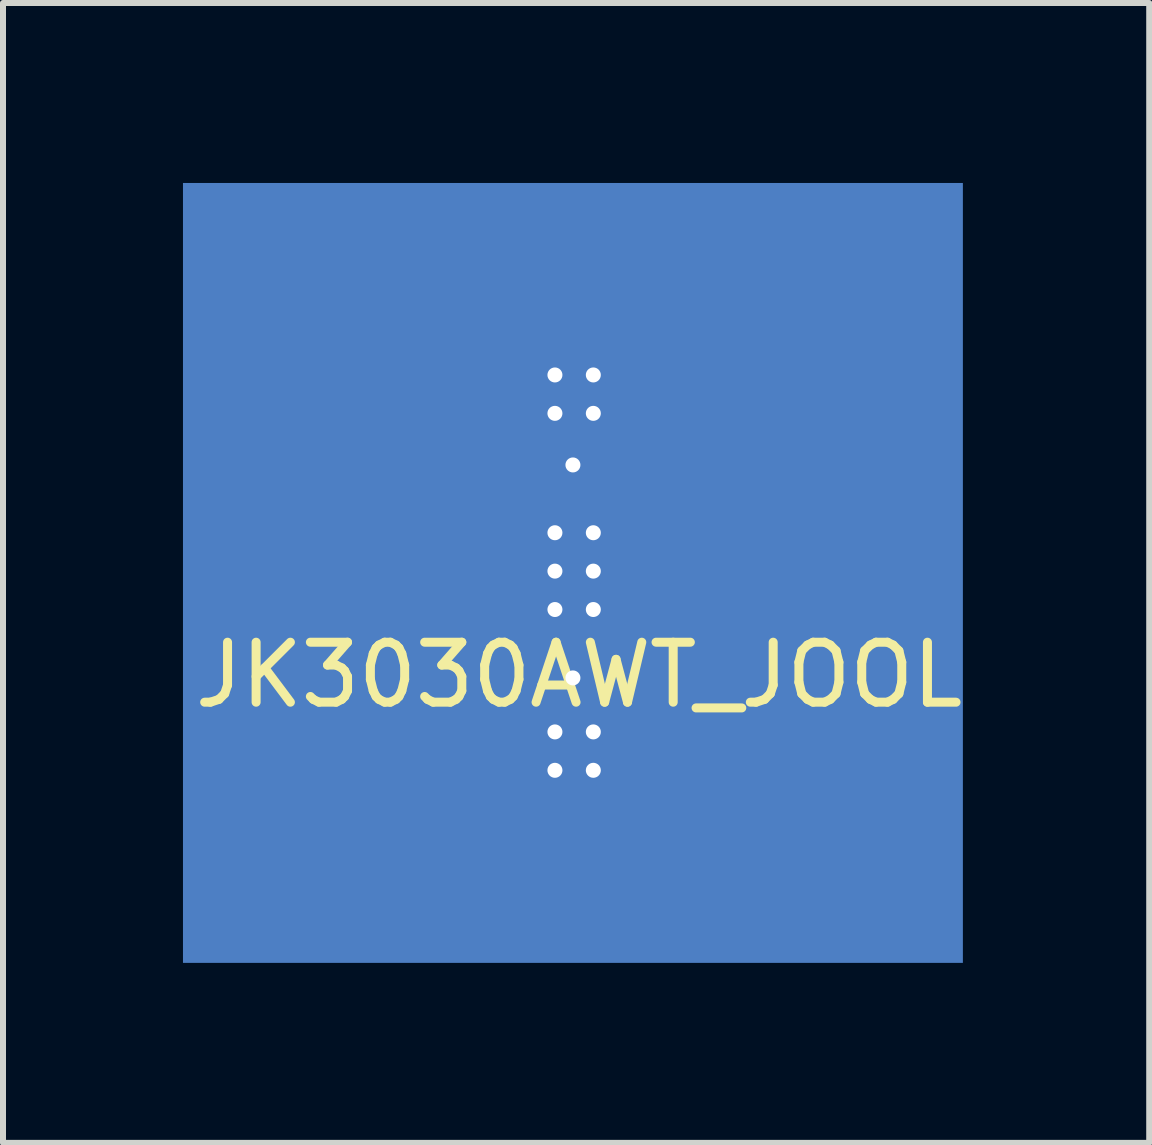
<source format=kicad_pcb>
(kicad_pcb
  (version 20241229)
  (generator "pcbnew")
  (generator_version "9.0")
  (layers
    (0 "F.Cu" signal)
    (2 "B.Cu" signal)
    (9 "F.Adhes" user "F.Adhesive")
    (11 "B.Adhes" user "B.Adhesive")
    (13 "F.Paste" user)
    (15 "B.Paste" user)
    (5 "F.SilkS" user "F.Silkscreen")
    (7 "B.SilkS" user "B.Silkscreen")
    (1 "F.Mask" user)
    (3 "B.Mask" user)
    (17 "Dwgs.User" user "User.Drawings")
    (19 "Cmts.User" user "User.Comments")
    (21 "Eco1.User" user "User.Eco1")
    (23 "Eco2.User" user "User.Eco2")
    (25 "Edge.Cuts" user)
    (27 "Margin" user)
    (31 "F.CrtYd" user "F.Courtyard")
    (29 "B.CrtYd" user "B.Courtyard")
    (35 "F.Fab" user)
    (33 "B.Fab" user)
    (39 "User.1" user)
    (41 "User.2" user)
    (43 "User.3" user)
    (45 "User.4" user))
  (footprint "JK3030AWT_JOOL"
    (layer "F.Cu")
    (at 6.5 6.5)
    (property "Reference" "JK3030AWT_JOOL" (at 0.1 1.7 0) (layer "F.SilkS") (effects (font (size 1 1) (thickness 0.15))))
    (attr through_hole)
    (pad "1" smd rect (at -1 0) (size 0.6 0.5) (layers "F.Cu" "F.Mask" "F.Paste"))
    (pad "1" thru_hole circle (at -0.3 -3.3) (size 0.5 0.5) (drill 0.25) (layers "*.Cu"))
    (pad "1" thru_hole circle (at -0.3 -2.66) (size 0.5 0.5) (drill 0.25) (layers "*.Cu"))
    (pad "1" thru_hole circle (at -0.3 -0.67) (size 0.5 0.5) (drill 0.25) (layers "*.Cu"))
    (pad "1" thru_hole circle (at -0.3 -0.03) (size 0.5 0.5) (drill 0.25) (layers "*.Cu"))
    (pad "1" thru_hole circle (at -0.3 0.61) (size 0.5 0.5) (drill 0.25) (layers "*.Cu"))
    (pad "1" thru_hole circle (at -0.3 2.65) (size 0.5 0.5) (drill 0.25) (layers "*.Cu"))
    (pad "1" thru_hole circle (at -0.3 3.29) (size 0.5 0.5) (drill 0.25) (layers "*.Cu"))
    (pad "1" smd rect (at 0 -3) (size 6 1.35) (layers "F.Cu" "F.Mask" "F.Paste"))
    (pad "1" thru_hole circle (at 0 -1.8) (size 0.5 0.5) (drill 0.25) (layers "*.Cu"))
    (pad "1" smd rect (at 0 -1.75) (size 0.8 1.3) (layers "F.Cu" "F.Mask" "F.Paste"))
    (pad "1" smd rect (at 0 0) (size 1.6 2.4) (layers "F.Cu" "F.Mask" "F.Paste"))
    (pad "1" smd rect (at 0 0) (size 13 13) (layers "B.Cu" "B.Mask" "B.Paste"))
    (pad "1" thru_hole circle (at 0 1.75) (size 0.5 0.5) (drill 0.25) (layers "*.Cu"))
    (pad "1" smd rect (at 0 1.75) (size 0.8 1.3) (layers "F.Cu" "F.Mask" "F.Paste"))
    (pad "1" smd rect (at 0 3) (size 6 1.35) (layers "F.Cu" "F.Mask" "F.Paste"))
    (pad "1" thru_hole circle (at 0.34 -3.3) (size 0.5 0.5) (drill 0.25) (layers "*.Cu"))
    (pad "1" thru_hole circle (at 0.34 -2.66) (size 0.5 0.5) (drill 0.25) (layers "*.Cu"))
    (pad "1" thru_hole circle (at 0.34 -0.67) (size 0.5 0.5) (drill 0.25) (layers "*.Cu"))
    (pad "1" thru_hole circle (at 0.34 -0.03) (size 0.5 0.5) (drill 0.25) (layers "*.Cu"))
    (pad "1" thru_hole circle (at 0.34 0.61) (size 0.5 0.5) (drill 0.25) (layers "*.Cu"))
    (pad "1" thru_hole circle (at 0.34 2.65) (size 0.5 0.5) (drill 0.25) (layers "*.Cu"))
    (pad "1" thru_hole circle (at 0.34 3.29) (size 0.5 0.5) (drill 0.25) (layers "*.Cu"))
    (pad "2" smd rect (at 1.65 0) (size 0.6 2.4) (layers "F.Cu" "F.Mask" "F.Paste"))
    (pad "2" smd rect (at 2.1 0) (size 0.3 0.5) (layers "F.Cu" "F.Mask" "F.Paste")))
  (gr_rect
    (start -3 -3)
    (end 16.106 16)
    (stroke (width 0.1) (type default))
    (fill no)
    (layer "Edge.Cuts")))
</source>
